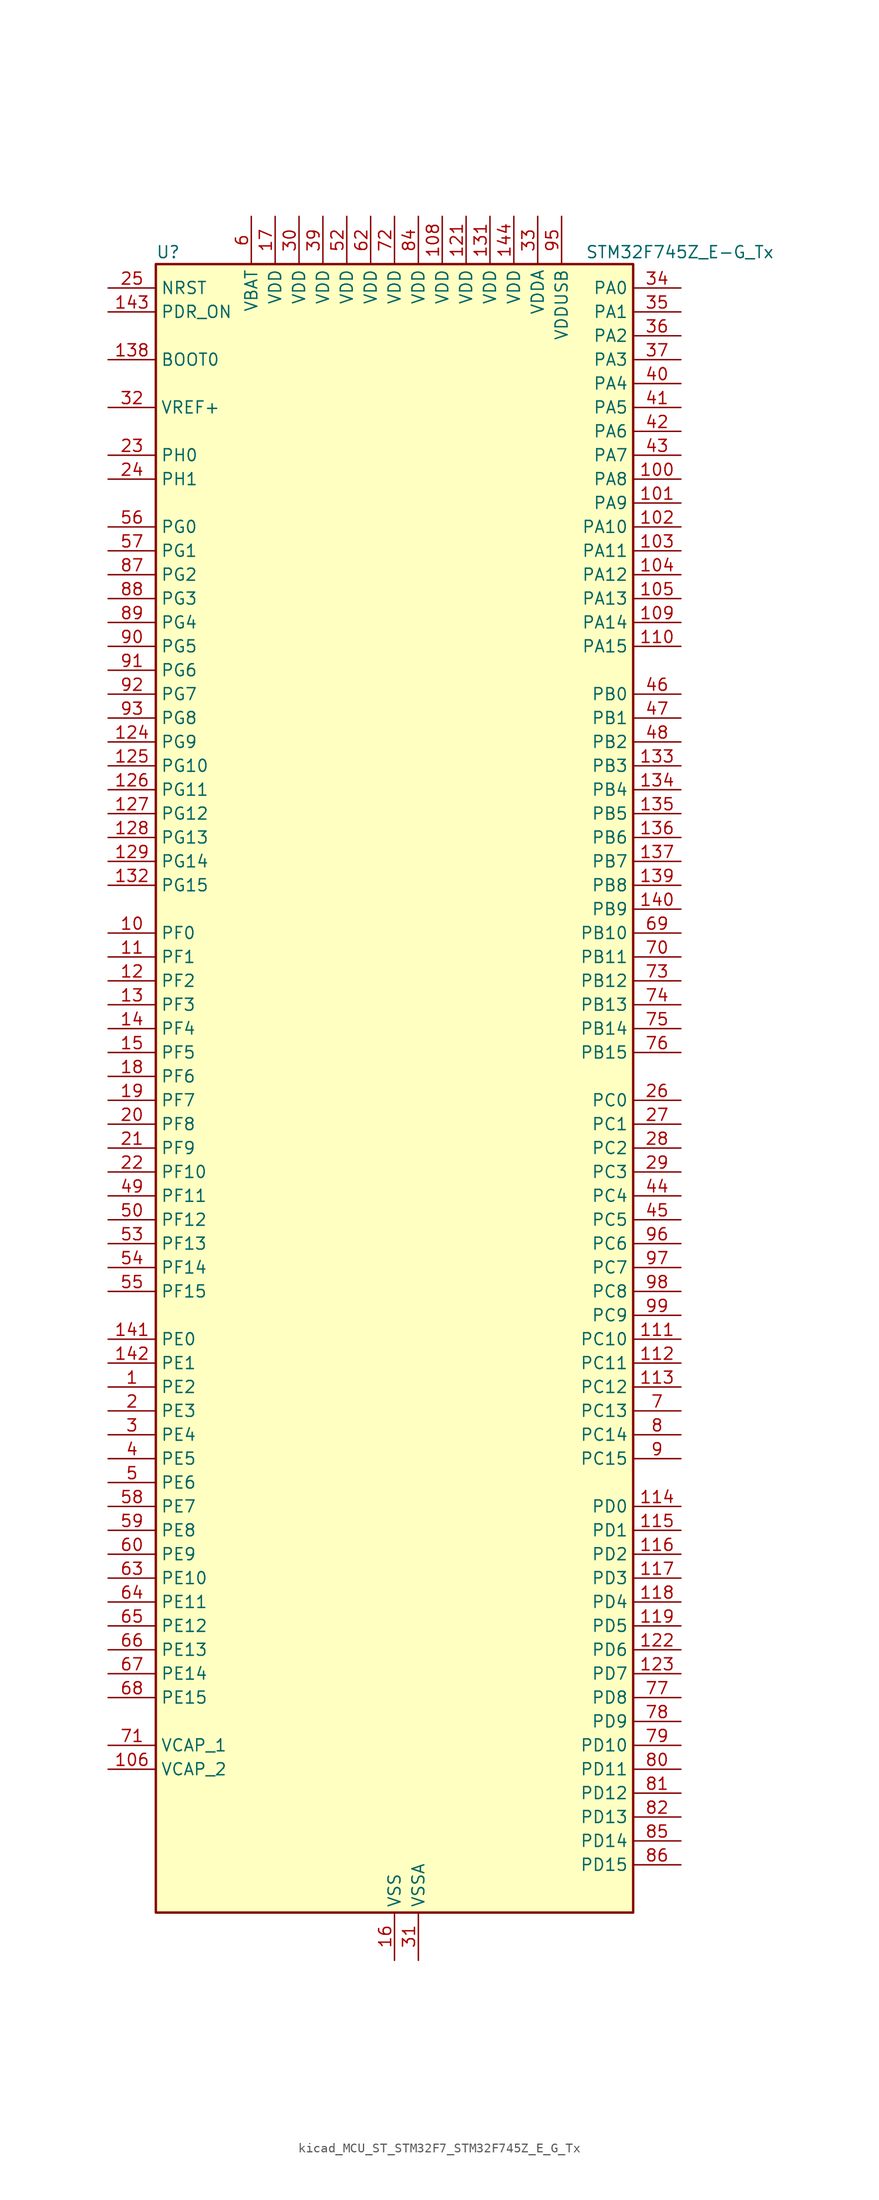
<source format=kicad_sym>
(kicad_symbol_lib
  (version 20220914)
  (generator kicad_symbol_editor)
  (symbol "kicad_MCU_ST_STM32F7_STM32F745Z_E_G_Tx"
    (property "Reference" "U"
      (at -25.4 90.17 0)
      (effects (font (size 1.27 1.27)) (justify left)))
    (property "Value" "STM32F745Z_E-G_Tx"
      (at 20.32 90.17 0)
      (effects (font (size 1.27 1.27)) (justify left)))
    (property "ki_locked" ""
      (at 0 0 0)
      (effects (font (size 1.27 1.27))))
    (symbol "kicad_MCU_ST_STM32F7_STM32F745Z_E_G_Tx_0_1"
      (rectangle (start -25.4 -86.36) (end 25.4 88.9) (stroke (width 0.254) (type default)) (fill (type background))))
    (symbol "kicad_MCU_ST_STM32F7_STM32F745Z_E_G_Tx_1_1"
      (pin bidirectional line (at -30.48 -30.48 0) (length 5.08) (name "PE2" (effects (font (size 1.27 1.27)))) (number "1" (effects (font (size 1.27 1.27)))) (alternate "ETH_TXD3" bidirectional line) (alternate "FMC_A23" bidirectional line) (alternate "QUADSPI_BK1_IO2" bidirectional line) (alternate "SAI1_MCLK_A" bidirectional line) (alternate "SPI4_SCK" bidirectional line) (alternate "SYS_TRACECLK" bidirectional line))
      (pin bidirectional line (at -30.48 17.78 0) (length 5.08) (name "PF0" (effects (font (size 1.27 1.27)))) (number "10" (effects (font (size 1.27 1.27)))) (alternate "FMC_A0" bidirectional line) (alternate "I2C2_SDA" bidirectional line))
      (pin bidirectional line (at 30.48 66.04 180) (length 5.08) (name "PA8" (effects (font (size 1.27 1.27)))) (number "100" (effects (font (size 1.27 1.27)))) (alternate "I2C3_SCL" bidirectional line) (alternate "RCC_MCO_1" bidirectional line) (alternate "TIM1_CH1" bidirectional line) (alternate "TIM8_BKIN2" bidirectional line) (alternate "USART1_CK" bidirectional line) (alternate "USB_OTG_FS_SOF" bidirectional line))
      (pin bidirectional line (at 30.48 63.5 180) (length 5.08) (name "PA9" (effects (font (size 1.27 1.27)))) (number "101" (effects (font (size 1.27 1.27)))) (alternate "DAC_EXTI9" bidirectional line) (alternate "DCMI_D0" bidirectional line) (alternate "I2C3_SMBA" bidirectional line) (alternate "I2S2_CK" bidirectional line) (alternate "SPI2_SCK" bidirectional line) (alternate "TIM1_CH2" bidirectional line) (alternate "USART1_TX" bidirectional line) (alternate "USB_OTG_FS_VBUS" bidirectional line))
      (pin bidirectional line (at 30.48 60.96 180) (length 5.08) (name "PA10" (effects (font (size 1.27 1.27)))) (number "102" (effects (font (size 1.27 1.27)))) (alternate "DCMI_D1" bidirectional line) (alternate "TIM1_CH3" bidirectional line) (alternate "USART1_RX" bidirectional line) (alternate "USB_OTG_FS_ID" bidirectional line))
      (pin bidirectional line (at 30.48 58.42 180) (length 5.08) (name "PA11" (effects (font (size 1.27 1.27)))) (number "103" (effects (font (size 1.27 1.27)))) (alternate "ADC1_EXTI11" bidirectional line) (alternate "ADC2_EXTI11" bidirectional line) (alternate "ADC3_EXTI11" bidirectional line) (alternate "CAN1_RX" bidirectional line) (alternate "TIM1_CH4" bidirectional line) (alternate "USART1_CTS" bidirectional line) (alternate "USB_OTG_FS_DM" bidirectional line))
      (pin bidirectional line (at 30.48 55.88 180) (length 5.08) (name "PA12" (effects (font (size 1.27 1.27)))) (number "104" (effects (font (size 1.27 1.27)))) (alternate "CAN1_TX" bidirectional line) (alternate "SAI2_FS_B" bidirectional line) (alternate "TIM1_ETR" bidirectional line) (alternate "USART1_DE" bidirectional line) (alternate "USART1_RTS" bidirectional line) (alternate "USB_OTG_FS_DP" bidirectional line))
      (pin bidirectional line (at 30.48 53.34 180) (length 5.08) (name "PA13" (effects (font (size 1.27 1.27)))) (number "105" (effects (font (size 1.27 1.27)))) (alternate "SYS_JTMS-SWDIO" bidirectional line))
      (pin power_out line (at -30.48 -71.12 0) (length 5.08) (name "VCAP_2" (effects (font (size 1.27 1.27)))) (number "106" (effects (font (size 1.27 1.27)))))
      (pin passive line (at 0 -91.44 90) (length 5.08) hide (name "VSS" (effects (font (size 1.27 1.27)))) (number "107" (effects (font (size 1.27 1.27)))))
      (pin power_in line (at 5.08 93.98 270) (length 5.08) (name "VDD" (effects (font (size 1.27 1.27)))) (number "108" (effects (font (size 1.27 1.27)))))
      (pin bidirectional line (at 30.48 50.8 180) (length 5.08) (name "PA14" (effects (font (size 1.27 1.27)))) (number "109" (effects (font (size 1.27 1.27)))) (alternate "SYS_JTCK-SWCLK" bidirectional line))
      (pin bidirectional line (at -30.48 15.24 0) (length 5.08) (name "PF1" (effects (font (size 1.27 1.27)))) (number "11" (effects (font (size 1.27 1.27)))) (alternate "FMC_A1" bidirectional line) (alternate "I2C2_SCL" bidirectional line))
      (pin bidirectional line (at 30.48 48.26 180) (length 5.08) (name "PA15" (effects (font (size 1.27 1.27)))) (number "110" (effects (font (size 1.27 1.27)))) (alternate "CEC" bidirectional line) (alternate "I2S1_WS" bidirectional line) (alternate "I2S3_WS" bidirectional line) (alternate "SPI1_NSS" bidirectional line) (alternate "SPI3_NSS" bidirectional line) (alternate "SYS_JTDI" bidirectional line) (alternate "TIM2_CH1" bidirectional line) (alternate "TIM2_ETR" bidirectional line) (alternate "UART4_DE" bidirectional line) (alternate "UART4_RTS" bidirectional line))
      (pin bidirectional line (at 30.48 -25.4 180) (length 5.08) (name "PC10" (effects (font (size 1.27 1.27)))) (number "111" (effects (font (size 1.27 1.27)))) (alternate "DCMI_D8" bidirectional line) (alternate "I2S3_CK" bidirectional line) (alternate "QUADSPI_BK1_IO1" bidirectional line) (alternate "SDMMC1_D2" bidirectional line) (alternate "SPI3_SCK" bidirectional line) (alternate "UART4_TX" bidirectional line) (alternate "USART3_TX" bidirectional line))
      (pin bidirectional line (at 30.48 -27.94 180) (length 5.08) (name "PC11" (effects (font (size 1.27 1.27)))) (number "112" (effects (font (size 1.27 1.27)))) (alternate "ADC1_EXTI11" bidirectional line) (alternate "ADC2_EXTI11" bidirectional line) (alternate "ADC3_EXTI11" bidirectional line) (alternate "DCMI_D4" bidirectional line) (alternate "QUADSPI_BK2_NCS" bidirectional line) (alternate "SDMMC1_D3" bidirectional line) (alternate "SPI3_MISO" bidirectional line) (alternate "UART4_RX" bidirectional line) (alternate "USART3_RX" bidirectional line))
      (pin bidirectional line (at 30.48 -30.48 180) (length 5.08) (name "PC12" (effects (font (size 1.27 1.27)))) (number "113" (effects (font (size 1.27 1.27)))) (alternate "DCMI_D9" bidirectional line) (alternate "I2S3_SD" bidirectional line) (alternate "SDMMC1_CK" bidirectional line) (alternate "SPI3_MOSI" bidirectional line) (alternate "SYS_TRACED3" bidirectional line) (alternate "UART5_TX" bidirectional line) (alternate "USART3_CK" bidirectional line))
      (pin bidirectional line (at 30.48 -43.18 180) (length 5.08) (name "PD0" (effects (font (size 1.27 1.27)))) (number "114" (effects (font (size 1.27 1.27)))) (alternate "CAN1_RX" bidirectional line) (alternate "FMC_D2" bidirectional line) (alternate "FMC_DA2" bidirectional line))
      (pin bidirectional line (at 30.48 -45.72 180) (length 5.08) (name "PD1" (effects (font (size 1.27 1.27)))) (number "115" (effects (font (size 1.27 1.27)))) (alternate "CAN1_TX" bidirectional line) (alternate "FMC_D3" bidirectional line) (alternate "FMC_DA3" bidirectional line))
      (pin bidirectional line (at 30.48 -48.26 180) (length 5.08) (name "PD2" (effects (font (size 1.27 1.27)))) (number "116" (effects (font (size 1.27 1.27)))) (alternate "DCMI_D11" bidirectional line) (alternate "SDMMC1_CMD" bidirectional line) (alternate "SYS_TRACED2" bidirectional line) (alternate "TIM3_ETR" bidirectional line) (alternate "UART5_RX" bidirectional line))
      (pin bidirectional line (at 30.48 -50.8 180) (length 5.08) (name "PD3" (effects (font (size 1.27 1.27)))) (number "117" (effects (font (size 1.27 1.27)))) (alternate "DCMI_D5" bidirectional line) (alternate "FMC_CLK" bidirectional line) (alternate "I2S2_CK" bidirectional line) (alternate "SPI2_SCK" bidirectional line) (alternate "USART2_CTS" bidirectional line))
      (pin bidirectional line (at 30.48 -53.34 180) (length 5.08) (name "PD4" (effects (font (size 1.27 1.27)))) (number "118" (effects (font (size 1.27 1.27)))) (alternate "FMC_NOE" bidirectional line) (alternate "USART2_DE" bidirectional line) (alternate "USART2_RTS" bidirectional line))
      (pin bidirectional line (at 30.48 -55.88 180) (length 5.08) (name "PD5" (effects (font (size 1.27 1.27)))) (number "119" (effects (font (size 1.27 1.27)))) (alternate "FMC_NWE" bidirectional line) (alternate "USART2_TX" bidirectional line))
      (pin bidirectional line (at -30.48 12.7 0) (length 5.08) (name "PF2" (effects (font (size 1.27 1.27)))) (number "12" (effects (font (size 1.27 1.27)))) (alternate "FMC_A2" bidirectional line) (alternate "I2C2_SMBA" bidirectional line))
      (pin passive line (at 0 -91.44 90) (length 5.08) hide (name "VSS" (effects (font (size 1.27 1.27)))) (number "120" (effects (font (size 1.27 1.27)))))
      (pin power_in line (at 7.62 93.98 270) (length 5.08) (name "VDD" (effects (font (size 1.27 1.27)))) (number "121" (effects (font (size 1.27 1.27)))))
      (pin bidirectional line (at 30.48 -58.42 180) (length 5.08) (name "PD6" (effects (font (size 1.27 1.27)))) (number "122" (effects (font (size 1.27 1.27)))) (alternate "DCMI_D10" bidirectional line) (alternate "FMC_NWAIT" bidirectional line) (alternate "I2S3_SD" bidirectional line) (alternate "SAI1_SD_A" bidirectional line) (alternate "SPI3_MOSI" bidirectional line) (alternate "USART2_RX" bidirectional line))
      (pin bidirectional line (at 30.48 -60.96 180) (length 5.08) (name "PD7" (effects (font (size 1.27 1.27)))) (number "123" (effects (font (size 1.27 1.27)))) (alternate "FMC_NE1" bidirectional line) (alternate "SPDIFRX_IN0" bidirectional line) (alternate "USART2_CK" bidirectional line))
      (pin bidirectional line (at -30.48 38.1 0) (length 5.08) (name "PG9" (effects (font (size 1.27 1.27)))) (number "124" (effects (font (size 1.27 1.27)))) (alternate "DAC_EXTI9" bidirectional line) (alternate "DCMI_VSYNC" bidirectional line) (alternate "FMC_NCE" bidirectional line) (alternate "FMC_NE2" bidirectional line) (alternate "QUADSPI_BK2_IO2" bidirectional line) (alternate "SAI2_FS_B" bidirectional line) (alternate "SPDIFRX_IN3" bidirectional line) (alternate "USART6_RX" bidirectional line))
      (pin bidirectional line (at -30.48 35.56 0) (length 5.08) (name "PG10" (effects (font (size 1.27 1.27)))) (number "125" (effects (font (size 1.27 1.27)))) (alternate "DCMI_D2" bidirectional line) (alternate "FMC_NE3" bidirectional line) (alternate "SAI2_SD_B" bidirectional line))
      (pin bidirectional line (at -30.48 33.02 0) (length 5.08) (name "PG11" (effects (font (size 1.27 1.27)))) (number "126" (effects (font (size 1.27 1.27)))) (alternate "ADC1_EXTI11" bidirectional line) (alternate "ADC2_EXTI11" bidirectional line) (alternate "ADC3_EXTI11" bidirectional line) (alternate "DCMI_D3" bidirectional line) (alternate "ETH_TX_EN" bidirectional line) (alternate "SPDIFRX_IN0" bidirectional line))
      (pin bidirectional line (at -30.48 30.48 0) (length 5.08) (name "PG12" (effects (font (size 1.27 1.27)))) (number "127" (effects (font (size 1.27 1.27)))) (alternate "FMC_NE4" bidirectional line) (alternate "LPTIM1_IN1" bidirectional line) (alternate "SPDIFRX_IN1" bidirectional line) (alternate "SPI6_MISO" bidirectional line) (alternate "USART6_DE" bidirectional line) (alternate "USART6_RTS" bidirectional line))
      (pin bidirectional line (at -30.48 27.94 0) (length 5.08) (name "PG13" (effects (font (size 1.27 1.27)))) (number "128" (effects (font (size 1.27 1.27)))) (alternate "ETH_TXD0" bidirectional line) (alternate "FMC_A24" bidirectional line) (alternate "LPTIM1_OUT" bidirectional line) (alternate "SPI6_SCK" bidirectional line) (alternate "SYS_TRACED0" bidirectional line) (alternate "USART6_CTS" bidirectional line))
      (pin bidirectional line (at -30.48 25.4 0) (length 5.08) (name "PG14" (effects (font (size 1.27 1.27)))) (number "129" (effects (font (size 1.27 1.27)))) (alternate "ETH_TXD1" bidirectional line) (alternate "FMC_A25" bidirectional line) (alternate "LPTIM1_ETR" bidirectional line) (alternate "QUADSPI_BK2_IO3" bidirectional line) (alternate "SPI6_MOSI" bidirectional line) (alternate "SYS_TRACED1" bidirectional line) (alternate "USART6_TX" bidirectional line))
      (pin bidirectional line (at -30.48 10.16 0) (length 5.08) (name "PF3" (effects (font (size 1.27 1.27)))) (number "13" (effects (font (size 1.27 1.27)))) (alternate "ADC3_IN9" bidirectional line) (alternate "FMC_A3" bidirectional line))
      (pin passive line (at 0 -91.44 90) (length 5.08) hide (name "VSS" (effects (font (size 1.27 1.27)))) (number "130" (effects (font (size 1.27 1.27)))))
      (pin power_in line (at 10.16 93.98 270) (length 5.08) (name "VDD" (effects (font (size 1.27 1.27)))) (number "131" (effects (font (size 1.27 1.27)))))
      (pin bidirectional line (at -30.48 22.86 0) (length 5.08) (name "PG15" (effects (font (size 1.27 1.27)))) (number "132" (effects (font (size 1.27 1.27)))) (alternate "DCMI_D13" bidirectional line) (alternate "FMC_SDNCAS" bidirectional line) (alternate "USART6_CTS" bidirectional line))
      (pin bidirectional line (at 30.48 35.56 180) (length 5.08) (name "PB3" (effects (font (size 1.27 1.27)))) (number "133" (effects (font (size 1.27 1.27)))) (alternate "I2S1_CK" bidirectional line) (alternate "I2S3_CK" bidirectional line) (alternate "SPI1_SCK" bidirectional line) (alternate "SPI3_SCK" bidirectional line) (alternate "SYS_JTDO-SWO" bidirectional line) (alternate "TIM2_CH2" bidirectional line))
      (pin bidirectional line (at 30.48 33.02 180) (length 5.08) (name "PB4" (effects (font (size 1.27 1.27)))) (number "134" (effects (font (size 1.27 1.27)))) (alternate "I2S2_WS" bidirectional line) (alternate "SPI1_MISO" bidirectional line) (alternate "SPI2_NSS" bidirectional line) (alternate "SPI3_MISO" bidirectional line) (alternate "SYS_JTRST" bidirectional line) (alternate "TIM3_CH1" bidirectional line))
      (pin bidirectional line (at 30.48 30.48 180) (length 5.08) (name "PB5" (effects (font (size 1.27 1.27)))) (number "135" (effects (font (size 1.27 1.27)))) (alternate "CAN2_RX" bidirectional line) (alternate "DCMI_D10" bidirectional line) (alternate "ETH_PPS_OUT" bidirectional line) (alternate "FMC_SDCKE1" bidirectional line) (alternate "I2C1_SMBA" bidirectional line) (alternate "I2S1_SD" bidirectional line) (alternate "I2S3_SD" bidirectional line) (alternate "SPI1_MOSI" bidirectional line) (alternate "SPI3_MOSI" bidirectional line) (alternate "TIM3_CH2" bidirectional line) (alternate "USB_OTG_HS_ULPI_D7" bidirectional line))
      (pin bidirectional line (at 30.48 27.94 180) (length 5.08) (name "PB6" (effects (font (size 1.27 1.27)))) (number "136" (effects (font (size 1.27 1.27)))) (alternate "CAN2_TX" bidirectional line) (alternate "CEC" bidirectional line) (alternate "DCMI_D5" bidirectional line) (alternate "FMC_SDNE1" bidirectional line) (alternate "I2C1_SCL" bidirectional line) (alternate "QUADSPI_BK1_NCS" bidirectional line) (alternate "TIM4_CH1" bidirectional line) (alternate "USART1_TX" bidirectional line))
      (pin bidirectional line (at 30.48 25.4 180) (length 5.08) (name "PB7" (effects (font (size 1.27 1.27)))) (number "137" (effects (font (size 1.27 1.27)))) (alternate "DCMI_VSYNC" bidirectional line) (alternate "FMC_NL" bidirectional line) (alternate "I2C1_SDA" bidirectional line) (alternate "TIM4_CH2" bidirectional line) (alternate "USART1_RX" bidirectional line))
      (pin input line (at -30.48 78.74 0) (length 5.08) (name "BOOT0" (effects (font (size 1.27 1.27)))) (number "138" (effects (font (size 1.27 1.27)))))
      (pin bidirectional line (at 30.48 22.86 180) (length 5.08) (name "PB8" (effects (font (size 1.27 1.27)))) (number "139" (effects (font (size 1.27 1.27)))) (alternate "CAN1_RX" bidirectional line) (alternate "DCMI_D6" bidirectional line) (alternate "ETH_TXD3" bidirectional line) (alternate "I2C1_SCL" bidirectional line) (alternate "SDMMC1_D4" bidirectional line) (alternate "TIM10_CH1" bidirectional line) (alternate "TIM4_CH3" bidirectional line))
      (pin bidirectional line (at -30.48 7.62 0) (length 5.08) (name "PF4" (effects (font (size 1.27 1.27)))) (number "14" (effects (font (size 1.27 1.27)))) (alternate "ADC3_IN14" bidirectional line) (alternate "FMC_A4" bidirectional line))
      (pin bidirectional line (at 30.48 20.32 180) (length 5.08) (name "PB9" (effects (font (size 1.27 1.27)))) (number "140" (effects (font (size 1.27 1.27)))) (alternate "CAN1_TX" bidirectional line) (alternate "DAC_EXTI9" bidirectional line) (alternate "DCMI_D7" bidirectional line) (alternate "I2C1_SDA" bidirectional line) (alternate "I2S2_WS" bidirectional line) (alternate "SDMMC1_D5" bidirectional line) (alternate "SPI2_NSS" bidirectional line) (alternate "TIM11_CH1" bidirectional line) (alternate "TIM4_CH4" bidirectional line))
      (pin bidirectional line (at -30.48 -25.4 0) (length 5.08) (name "PE0" (effects (font (size 1.27 1.27)))) (number "141" (effects (font (size 1.27 1.27)))) (alternate "DCMI_D2" bidirectional line) (alternate "FMC_NBL0" bidirectional line) (alternate "LPTIM1_ETR" bidirectional line) (alternate "SAI2_MCLK_A" bidirectional line) (alternate "TIM4_ETR" bidirectional line) (alternate "UART8_RX" bidirectional line))
      (pin bidirectional line (at -30.48 -27.94 0) (length 5.08) (name "PE1" (effects (font (size 1.27 1.27)))) (number "142" (effects (font (size 1.27 1.27)))) (alternate "DCMI_D3" bidirectional line) (alternate "FMC_NBL1" bidirectional line) (alternate "LPTIM1_IN2" bidirectional line) (alternate "UART8_TX" bidirectional line))
      (pin input line (at -30.48 83.82 0) (length 5.08) (name "PDR_ON" (effects (font (size 1.27 1.27)))) (number "143" (effects (font (size 1.27 1.27)))))
      (pin power_in line (at 12.7 93.98 270) (length 5.08) (name "VDD" (effects (font (size 1.27 1.27)))) (number "144" (effects (font (size 1.27 1.27)))))
      (pin bidirectional line (at -30.48 5.08 0) (length 5.08) (name "PF5" (effects (font (size 1.27 1.27)))) (number "15" (effects (font (size 1.27 1.27)))) (alternate "ADC3_IN15" bidirectional line) (alternate "FMC_A5" bidirectional line))
      (pin power_in line (at 0 -91.44 90) (length 5.08) (name "VSS" (effects (font (size 1.27 1.27)))) (number "16" (effects (font (size 1.27 1.27)))))
      (pin power_in line (at -12.7 93.98 270) (length 5.08) (name "VDD" (effects (font (size 1.27 1.27)))) (number "17" (effects (font (size 1.27 1.27)))))
      (pin bidirectional line (at -30.48 2.54 0) (length 5.08) (name "PF6" (effects (font (size 1.27 1.27)))) (number "18" (effects (font (size 1.27 1.27)))) (alternate "ADC3_IN4" bidirectional line) (alternate "QUADSPI_BK1_IO3" bidirectional line) (alternate "SAI1_SD_B" bidirectional line) (alternate "SPI5_NSS" bidirectional line) (alternate "TIM10_CH1" bidirectional line) (alternate "UART7_RX" bidirectional line))
      (pin bidirectional line (at -30.48 0 0) (length 5.08) (name "PF7" (effects (font (size 1.27 1.27)))) (number "19" (effects (font (size 1.27 1.27)))) (alternate "ADC3_IN5" bidirectional line) (alternate "QUADSPI_BK1_IO2" bidirectional line) (alternate "SAI1_MCLK_B" bidirectional line) (alternate "SPI5_SCK" bidirectional line) (alternate "TIM11_CH1" bidirectional line) (alternate "UART7_TX" bidirectional line))
      (pin bidirectional line (at -30.48 -33.02 0) (length 5.08) (name "PE3" (effects (font (size 1.27 1.27)))) (number "2" (effects (font (size 1.27 1.27)))) (alternate "FMC_A19" bidirectional line) (alternate "SAI1_SD_B" bidirectional line) (alternate "SYS_TRACED0" bidirectional line))
      (pin bidirectional line (at -30.48 -2.54 0) (length 5.08) (name "PF8" (effects (font (size 1.27 1.27)))) (number "20" (effects (font (size 1.27 1.27)))) (alternate "ADC3_IN6" bidirectional line) (alternate "QUADSPI_BK1_IO0" bidirectional line) (alternate "SAI1_SCK_B" bidirectional line) (alternate "SPI5_MISO" bidirectional line) (alternate "TIM13_CH1" bidirectional line) (alternate "UART7_DE" bidirectional line) (alternate "UART7_RTS" bidirectional line))
      (pin bidirectional line (at -30.48 -5.08 0) (length 5.08) (name "PF9" (effects (font (size 1.27 1.27)))) (number "21" (effects (font (size 1.27 1.27)))) (alternate "ADC3_IN7" bidirectional line) (alternate "DAC_EXTI9" bidirectional line) (alternate "QUADSPI_BK1_IO1" bidirectional line) (alternate "SAI1_FS_B" bidirectional line) (alternate "SPI5_MOSI" bidirectional line) (alternate "TIM14_CH1" bidirectional line) (alternate "UART7_CTS" bidirectional line))
      (pin bidirectional line (at -30.48 -7.62 0) (length 5.08) (name "PF10" (effects (font (size 1.27 1.27)))) (number "22" (effects (font (size 1.27 1.27)))) (alternate "ADC3_IN8" bidirectional line) (alternate "DCMI_D11" bidirectional line))
      (pin bidirectional line (at -30.48 68.58 0) (length 5.08) (name "PH0" (effects (font (size 1.27 1.27)))) (number "23" (effects (font (size 1.27 1.27)))) (alternate "RCC_OSC_IN" bidirectional line))
      (pin bidirectional line (at -30.48 66.04 0) (length 5.08) (name "PH1" (effects (font (size 1.27 1.27)))) (number "24" (effects (font (size 1.27 1.27)))) (alternate "RCC_OSC_OUT" bidirectional line))
      (pin input line (at -30.48 86.36 0) (length 5.08) (name "NRST" (effects (font (size 1.27 1.27)))) (number "25" (effects (font (size 1.27 1.27)))))
      (pin bidirectional line (at 30.48 0 180) (length 5.08) (name "PC0" (effects (font (size 1.27 1.27)))) (number "26" (effects (font (size 1.27 1.27)))) (alternate "ADC1_IN10" bidirectional line) (alternate "ADC2_IN10" bidirectional line) (alternate "ADC3_IN10" bidirectional line) (alternate "FMC_SDNWE" bidirectional line) (alternate "SAI2_FS_B" bidirectional line) (alternate "USB_OTG_HS_ULPI_STP" bidirectional line))
      (pin bidirectional line (at 30.48 -2.54 180) (length 5.08) (name "PC1" (effects (font (size 1.27 1.27)))) (number "27" (effects (font (size 1.27 1.27)))) (alternate "ADC1_IN11" bidirectional line) (alternate "ADC2_IN11" bidirectional line) (alternate "ADC3_IN11" bidirectional line) (alternate "ETH_MDC" bidirectional line) (alternate "I2S2_SD" bidirectional line) (alternate "RTC_TAMP3" bidirectional line) (alternate "RTC_TS" bidirectional line) (alternate "SAI1_SD_A" bidirectional line) (alternate "SPI2_MOSI" bidirectional line) (alternate "SYS_TRACED0" bidirectional line) (alternate "SYS_WKUP3" bidirectional line))
      (pin bidirectional line (at 30.48 -5.08 180) (length 5.08) (name "PC2" (effects (font (size 1.27 1.27)))) (number "28" (effects (font (size 1.27 1.27)))) (alternate "ADC1_IN12" bidirectional line) (alternate "ADC2_IN12" bidirectional line) (alternate "ADC3_IN12" bidirectional line) (alternate "ETH_TXD2" bidirectional line) (alternate "FMC_SDNE0" bidirectional line) (alternate "SPI2_MISO" bidirectional line) (alternate "USB_OTG_HS_ULPI_DIR" bidirectional line))
      (pin bidirectional line (at 30.48 -7.62 180) (length 5.08) (name "PC3" (effects (font (size 1.27 1.27)))) (number "29" (effects (font (size 1.27 1.27)))) (alternate "ADC1_IN13" bidirectional line) (alternate "ADC2_IN13" bidirectional line) (alternate "ADC3_IN13" bidirectional line) (alternate "ETH_TX_CLK" bidirectional line) (alternate "FMC_SDCKE0" bidirectional line) (alternate "I2S2_SD" bidirectional line) (alternate "SPI2_MOSI" bidirectional line) (alternate "USB_OTG_HS_ULPI_NXT" bidirectional line))
      (pin bidirectional line (at -30.48 -35.56 0) (length 5.08) (name "PE4" (effects (font (size 1.27 1.27)))) (number "3" (effects (font (size 1.27 1.27)))) (alternate "DCMI_D4" bidirectional line) (alternate "FMC_A20" bidirectional line) (alternate "SAI1_FS_A" bidirectional line) (alternate "SPI4_NSS" bidirectional line) (alternate "SYS_TRACED1" bidirectional line))
      (pin power_in line (at -10.16 93.98 270) (length 5.08) (name "VDD" (effects (font (size 1.27 1.27)))) (number "30" (effects (font (size 1.27 1.27)))))
      (pin power_in line (at 2.54 -91.44 90) (length 5.08) (name "VSSA" (effects (font (size 1.27 1.27)))) (number "31" (effects (font (size 1.27 1.27)))))
      (pin input line (at -30.48 73.66 0) (length 5.08) (name "VREF+" (effects (font (size 1.27 1.27)))) (number "32" (effects (font (size 1.27 1.27)))))
      (pin power_in line (at 15.24 93.98 270) (length 5.08) (name "VDDA" (effects (font (size 1.27 1.27)))) (number "33" (effects (font (size 1.27 1.27)))))
      (pin bidirectional line (at 30.48 86.36 180) (length 5.08) (name "PA0" (effects (font (size 1.27 1.27)))) (number "34" (effects (font (size 1.27 1.27)))) (alternate "ADC1_IN0" bidirectional line) (alternate "ADC2_IN0" bidirectional line) (alternate "ADC3_IN0" bidirectional line) (alternate "ETH_CRS" bidirectional line) (alternate "SAI2_SD_B" bidirectional line) (alternate "SYS_WKUP1" bidirectional line) (alternate "TIM2_CH1" bidirectional line) (alternate "TIM2_ETR" bidirectional line) (alternate "TIM5_CH1" bidirectional line) (alternate "TIM8_ETR" bidirectional line) (alternate "UART4_TX" bidirectional line) (alternate "USART2_CTS" bidirectional line))
      (pin bidirectional line (at 30.48 83.82 180) (length 5.08) (name "PA1" (effects (font (size 1.27 1.27)))) (number "35" (effects (font (size 1.27 1.27)))) (alternate "ADC1_IN1" bidirectional line) (alternate "ADC2_IN1" bidirectional line) (alternate "ADC3_IN1" bidirectional line) (alternate "ETH_REF_CLK" bidirectional line) (alternate "ETH_RX_CLK" bidirectional line) (alternate "QUADSPI_BK1_IO3" bidirectional line) (alternate "SAI2_MCLK_B" bidirectional line) (alternate "TIM2_CH2" bidirectional line) (alternate "TIM5_CH2" bidirectional line) (alternate "UART4_RX" bidirectional line) (alternate "USART2_DE" bidirectional line) (alternate "USART2_RTS" bidirectional line))
      (pin bidirectional line (at 30.48 81.28 180) (length 5.08) (name "PA2" (effects (font (size 1.27 1.27)))) (number "36" (effects (font (size 1.27 1.27)))) (alternate "ADC1_IN2" bidirectional line) (alternate "ADC2_IN2" bidirectional line) (alternate "ADC3_IN2" bidirectional line) (alternate "ETH_MDIO" bidirectional line) (alternate "SAI2_SCK_B" bidirectional line) (alternate "SYS_WKUP2" bidirectional line) (alternate "TIM2_CH3" bidirectional line) (alternate "TIM5_CH3" bidirectional line) (alternate "TIM9_CH1" bidirectional line) (alternate "USART2_TX" bidirectional line))
      (pin bidirectional line (at 30.48 78.74 180) (length 5.08) (name "PA3" (effects (font (size 1.27 1.27)))) (number "37" (effects (font (size 1.27 1.27)))) (alternate "ADC1_IN3" bidirectional line) (alternate "ADC2_IN3" bidirectional line) (alternate "ADC3_IN3" bidirectional line) (alternate "ETH_COL" bidirectional line) (alternate "TIM2_CH4" bidirectional line) (alternate "TIM5_CH4" bidirectional line) (alternate "TIM9_CH2" bidirectional line) (alternate "USART2_RX" bidirectional line) (alternate "USB_OTG_HS_ULPI_D0" bidirectional line))
      (pin passive line (at 0 -91.44 90) (length 5.08) hide (name "VSS" (effects (font (size 1.27 1.27)))) (number "38" (effects (font (size 1.27 1.27)))))
      (pin power_in line (at -7.62 93.98 270) (length 5.08) (name "VDD" (effects (font (size 1.27 1.27)))) (number "39" (effects (font (size 1.27 1.27)))))
      (pin bidirectional line (at -30.48 -38.1 0) (length 5.08) (name "PE5" (effects (font (size 1.27 1.27)))) (number "4" (effects (font (size 1.27 1.27)))) (alternate "DCMI_D6" bidirectional line) (alternate "FMC_A21" bidirectional line) (alternate "SAI1_SCK_A" bidirectional line) (alternate "SPI4_MISO" bidirectional line) (alternate "SYS_TRACED2" bidirectional line) (alternate "TIM9_CH1" bidirectional line))
      (pin bidirectional line (at 30.48 76.2 180) (length 5.08) (name "PA4" (effects (font (size 1.27 1.27)))) (number "40" (effects (font (size 1.27 1.27)))) (alternate "ADC1_IN4" bidirectional line) (alternate "ADC2_IN4" bidirectional line) (alternate "DAC_OUT1" bidirectional line) (alternate "DCMI_HSYNC" bidirectional line) (alternate "I2S1_WS" bidirectional line) (alternate "I2S3_WS" bidirectional line) (alternate "SPI1_NSS" bidirectional line) (alternate "SPI3_NSS" bidirectional line) (alternate "USART2_CK" bidirectional line) (alternate "USB_OTG_HS_SOF" bidirectional line))
      (pin bidirectional line (at 30.48 73.66 180) (length 5.08) (name "PA5" (effects (font (size 1.27 1.27)))) (number "41" (effects (font (size 1.27 1.27)))) (alternate "ADC1_IN5" bidirectional line) (alternate "ADC2_IN5" bidirectional line) (alternate "DAC_OUT2" bidirectional line) (alternate "I2S1_CK" bidirectional line) (alternate "SPI1_SCK" bidirectional line) (alternate "TIM2_CH1" bidirectional line) (alternate "TIM2_ETR" bidirectional line) (alternate "TIM8_CH1N" bidirectional line) (alternate "USB_OTG_HS_ULPI_CK" bidirectional line))
      (pin bidirectional line (at 30.48 71.12 180) (length 5.08) (name "PA6" (effects (font (size 1.27 1.27)))) (number "42" (effects (font (size 1.27 1.27)))) (alternate "ADC1_IN6" bidirectional line) (alternate "ADC2_IN6" bidirectional line) (alternate "DCMI_PIXCLK" bidirectional line) (alternate "SPI1_MISO" bidirectional line) (alternate "TIM13_CH1" bidirectional line) (alternate "TIM1_BKIN" bidirectional line) (alternate "TIM3_CH1" bidirectional line) (alternate "TIM8_BKIN" bidirectional line))
      (pin bidirectional line (at 30.48 68.58 180) (length 5.08) (name "PA7" (effects (font (size 1.27 1.27)))) (number "43" (effects (font (size 1.27 1.27)))) (alternate "ADC1_IN7" bidirectional line) (alternate "ADC2_IN7" bidirectional line) (alternate "ETH_CRS_DV" bidirectional line) (alternate "ETH_RX_DV" bidirectional line) (alternate "FMC_SDNWE" bidirectional line) (alternate "I2S1_SD" bidirectional line) (alternate "SPI1_MOSI" bidirectional line) (alternate "TIM14_CH1" bidirectional line) (alternate "TIM1_CH1N" bidirectional line) (alternate "TIM3_CH2" bidirectional line) (alternate "TIM8_CH1N" bidirectional line))
      (pin bidirectional line (at 30.48 -10.16 180) (length 5.08) (name "PC4" (effects (font (size 1.27 1.27)))) (number "44" (effects (font (size 1.27 1.27)))) (alternate "ADC1_IN14" bidirectional line) (alternate "ADC2_IN14" bidirectional line) (alternate "ETH_RXD0" bidirectional line) (alternate "FMC_SDNE0" bidirectional line) (alternate "I2S1_MCK" bidirectional line) (alternate "SPDIFRX_IN2" bidirectional line))
      (pin bidirectional line (at 30.48 -12.7 180) (length 5.08) (name "PC5" (effects (font (size 1.27 1.27)))) (number "45" (effects (font (size 1.27 1.27)))) (alternate "ADC1_IN15" bidirectional line) (alternate "ADC2_IN15" bidirectional line) (alternate "ETH_RXD1" bidirectional line) (alternate "FMC_SDCKE0" bidirectional line) (alternate "SPDIFRX_IN3" bidirectional line))
      (pin bidirectional line (at 30.48 43.18 180) (length 5.08) (name "PB0" (effects (font (size 1.27 1.27)))) (number "46" (effects (font (size 1.27 1.27)))) (alternate "ADC1_IN8" bidirectional line) (alternate "ADC2_IN8" bidirectional line) (alternate "ETH_RXD2" bidirectional line) (alternate "TIM1_CH2N" bidirectional line) (alternate "TIM3_CH3" bidirectional line) (alternate "TIM8_CH2N" bidirectional line) (alternate "UART4_CTS" bidirectional line) (alternate "USB_OTG_HS_ULPI_D1" bidirectional line))
      (pin bidirectional line (at 30.48 40.64 180) (length 5.08) (name "PB1" (effects (font (size 1.27 1.27)))) (number "47" (effects (font (size 1.27 1.27)))) (alternate "ADC1_IN9" bidirectional line) (alternate "ADC2_IN9" bidirectional line) (alternate "ETH_RXD3" bidirectional line) (alternate "TIM1_CH3N" bidirectional line) (alternate "TIM3_CH4" bidirectional line) (alternate "TIM8_CH3N" bidirectional line) (alternate "USB_OTG_HS_ULPI_D2" bidirectional line))
      (pin bidirectional line (at 30.48 38.1 180) (length 5.08) (name "PB2" (effects (font (size 1.27 1.27)))) (number "48" (effects (font (size 1.27 1.27)))) (alternate "I2S3_SD" bidirectional line) (alternate "QUADSPI_CLK" bidirectional line) (alternate "SAI1_SD_A" bidirectional line) (alternate "SPI3_MOSI" bidirectional line))
      (pin bidirectional line (at -30.48 -10.16 0) (length 5.08) (name "PF11" (effects (font (size 1.27 1.27)))) (number "49" (effects (font (size 1.27 1.27)))) (alternate "ADC1_EXTI11" bidirectional line) (alternate "ADC2_EXTI11" bidirectional line) (alternate "ADC3_EXTI11" bidirectional line) (alternate "DCMI_D12" bidirectional line) (alternate "FMC_SDNRAS" bidirectional line) (alternate "SAI2_SD_B" bidirectional line) (alternate "SPI5_MOSI" bidirectional line))
      (pin bidirectional line (at -30.48 -40.64 0) (length 5.08) (name "PE6" (effects (font (size 1.27 1.27)))) (number "5" (effects (font (size 1.27 1.27)))) (alternate "DCMI_D7" bidirectional line) (alternate "FMC_A22" bidirectional line) (alternate "SAI1_SD_A" bidirectional line) (alternate "SAI2_MCLK_B" bidirectional line) (alternate "SPI4_MOSI" bidirectional line) (alternate "SYS_TRACED3" bidirectional line) (alternate "TIM1_BKIN2" bidirectional line) (alternate "TIM9_CH2" bidirectional line))
      (pin bidirectional line (at -30.48 -12.7 0) (length 5.08) (name "PF12" (effects (font (size 1.27 1.27)))) (number "50" (effects (font (size 1.27 1.27)))) (alternate "FMC_A6" bidirectional line))
      (pin passive line (at 0 -91.44 90) (length 5.08) hide (name "VSS" (effects (font (size 1.27 1.27)))) (number "51" (effects (font (size 1.27 1.27)))))
      (pin power_in line (at -5.08 93.98 270) (length 5.08) (name "VDD" (effects (font (size 1.27 1.27)))) (number "52" (effects (font (size 1.27 1.27)))))
      (pin bidirectional line (at -30.48 -15.24 0) (length 5.08) (name "PF13" (effects (font (size 1.27 1.27)))) (number "53" (effects (font (size 1.27 1.27)))) (alternate "FMC_A7" bidirectional line) (alternate "I2C4_SMBA" bidirectional line))
      (pin bidirectional line (at -30.48 -17.78 0) (length 5.08) (name "PF14" (effects (font (size 1.27 1.27)))) (number "54" (effects (font (size 1.27 1.27)))) (alternate "FMC_A8" bidirectional line) (alternate "I2C4_SCL" bidirectional line))
      (pin bidirectional line (at -30.48 -20.32 0) (length 5.08) (name "PF15" (effects (font (size 1.27 1.27)))) (number "55" (effects (font (size 1.27 1.27)))) (alternate "FMC_A9" bidirectional line) (alternate "I2C4_SDA" bidirectional line))
      (pin bidirectional line (at -30.48 60.96 0) (length 5.08) (name "PG0" (effects (font (size 1.27 1.27)))) (number "56" (effects (font (size 1.27 1.27)))) (alternate "FMC_A10" bidirectional line))
      (pin bidirectional line (at -30.48 58.42 0) (length 5.08) (name "PG1" (effects (font (size 1.27 1.27)))) (number "57" (effects (font (size 1.27 1.27)))) (alternate "FMC_A11" bidirectional line))
      (pin bidirectional line (at -30.48 -43.18 0) (length 5.08) (name "PE7" (effects (font (size 1.27 1.27)))) (number "58" (effects (font (size 1.27 1.27)))) (alternate "FMC_D4" bidirectional line) (alternate "FMC_DA4" bidirectional line) (alternate "QUADSPI_BK2_IO0" bidirectional line) (alternate "TIM1_ETR" bidirectional line) (alternate "UART7_RX" bidirectional line))
      (pin bidirectional line (at -30.48 -45.72 0) (length 5.08) (name "PE8" (effects (font (size 1.27 1.27)))) (number "59" (effects (font (size 1.27 1.27)))) (alternate "FMC_D5" bidirectional line) (alternate "FMC_DA5" bidirectional line) (alternate "QUADSPI_BK2_IO1" bidirectional line) (alternate "TIM1_CH1N" bidirectional line) (alternate "UART7_TX" bidirectional line))
      (pin power_in line (at -15.24 93.98 270) (length 5.08) (name "VBAT" (effects (font (size 1.27 1.27)))) (number "6" (effects (font (size 1.27 1.27)))))
      (pin bidirectional line (at -30.48 -48.26 0) (length 5.08) (name "PE9" (effects (font (size 1.27 1.27)))) (number "60" (effects (font (size 1.27 1.27)))) (alternate "DAC_EXTI9" bidirectional line) (alternate "FMC_D6" bidirectional line) (alternate "FMC_DA6" bidirectional line) (alternate "QUADSPI_BK2_IO2" bidirectional line) (alternate "TIM1_CH1" bidirectional line) (alternate "UART7_DE" bidirectional line) (alternate "UART7_RTS" bidirectional line))
      (pin passive line (at 0 -91.44 90) (length 5.08) hide (name "VSS" (effects (font (size 1.27 1.27)))) (number "61" (effects (font (size 1.27 1.27)))))
      (pin power_in line (at -2.54 93.98 270) (length 5.08) (name "VDD" (effects (font (size 1.27 1.27)))) (number "62" (effects (font (size 1.27 1.27)))))
      (pin bidirectional line (at -30.48 -50.8 0) (length 5.08) (name "PE10" (effects (font (size 1.27 1.27)))) (number "63" (effects (font (size 1.27 1.27)))) (alternate "FMC_D7" bidirectional line) (alternate "FMC_DA7" bidirectional line) (alternate "QUADSPI_BK2_IO3" bidirectional line) (alternate "TIM1_CH2N" bidirectional line) (alternate "UART7_CTS" bidirectional line))
      (pin bidirectional line (at -30.48 -53.34 0) (length 5.08) (name "PE11" (effects (font (size 1.27 1.27)))) (number "64" (effects (font (size 1.27 1.27)))) (alternate "ADC1_EXTI11" bidirectional line) (alternate "ADC2_EXTI11" bidirectional line) (alternate "ADC3_EXTI11" bidirectional line) (alternate "FMC_D8" bidirectional line) (alternate "FMC_DA8" bidirectional line) (alternate "SAI2_SD_B" bidirectional line) (alternate "SPI4_NSS" bidirectional line) (alternate "TIM1_CH2" bidirectional line))
      (pin bidirectional line (at -30.48 -55.88 0) (length 5.08) (name "PE12" (effects (font (size 1.27 1.27)))) (number "65" (effects (font (size 1.27 1.27)))) (alternate "FMC_D9" bidirectional line) (alternate "FMC_DA9" bidirectional line) (alternate "SAI2_SCK_B" bidirectional line) (alternate "SPI4_SCK" bidirectional line) (alternate "TIM1_CH3N" bidirectional line))
      (pin bidirectional line (at -30.48 -58.42 0) (length 5.08) (name "PE13" (effects (font (size 1.27 1.27)))) (number "66" (effects (font (size 1.27 1.27)))) (alternate "FMC_D10" bidirectional line) (alternate "FMC_DA10" bidirectional line) (alternate "SAI2_FS_B" bidirectional line) (alternate "SPI4_MISO" bidirectional line) (alternate "TIM1_CH3" bidirectional line))
      (pin bidirectional line (at -30.48 -60.96 0) (length 5.08) (name "PE14" (effects (font (size 1.27 1.27)))) (number "67" (effects (font (size 1.27 1.27)))) (alternate "FMC_D11" bidirectional line) (alternate "FMC_DA11" bidirectional line) (alternate "SAI2_MCLK_B" bidirectional line) (alternate "SPI4_MOSI" bidirectional line) (alternate "TIM1_CH4" bidirectional line))
      (pin bidirectional line (at -30.48 -63.5 0) (length 5.08) (name "PE15" (effects (font (size 1.27 1.27)))) (number "68" (effects (font (size 1.27 1.27)))) (alternate "FMC_D12" bidirectional line) (alternate "FMC_DA12" bidirectional line) (alternate "TIM1_BKIN" bidirectional line))
      (pin bidirectional line (at 30.48 17.78 180) (length 5.08) (name "PB10" (effects (font (size 1.27 1.27)))) (number "69" (effects (font (size 1.27 1.27)))) (alternate "ETH_RX_ER" bidirectional line) (alternate "I2C2_SCL" bidirectional line) (alternate "I2S2_CK" bidirectional line) (alternate "SPI2_SCK" bidirectional line) (alternate "TIM2_CH3" bidirectional line) (alternate "USART3_TX" bidirectional line) (alternate "USB_OTG_HS_ULPI_D3" bidirectional line))
      (pin bidirectional line (at 30.48 -33.02 180) (length 5.08) (name "PC13" (effects (font (size 1.27 1.27)))) (number "7" (effects (font (size 1.27 1.27)))) (alternate "RTC_OUT" bidirectional line) (alternate "RTC_TAMP1" bidirectional line) (alternate "RTC_TS" bidirectional line) (alternate "SYS_WKUP4" bidirectional line))
      (pin bidirectional line (at 30.48 15.24 180) (length 5.08) (name "PB11" (effects (font (size 1.27 1.27)))) (number "70" (effects (font (size 1.27 1.27)))) (alternate "ADC1_EXTI11" bidirectional line) (alternate "ADC2_EXTI11" bidirectional line) (alternate "ADC3_EXTI11" bidirectional line) (alternate "ETH_TX_EN" bidirectional line) (alternate "I2C2_SDA" bidirectional line) (alternate "TIM2_CH4" bidirectional line) (alternate "USART3_RX" bidirectional line) (alternate "USB_OTG_HS_ULPI_D4" bidirectional line))
      (pin power_out line (at -30.48 -68.58 0) (length 5.08) (name "VCAP_1" (effects (font (size 1.27 1.27)))) (number "71" (effects (font (size 1.27 1.27)))))
      (pin power_in line (at 0 93.98 270) (length 5.08) (name "VDD" (effects (font (size 1.27 1.27)))) (number "72" (effects (font (size 1.27 1.27)))))
      (pin bidirectional line (at 30.48 12.7 180) (length 5.08) (name "PB12" (effects (font (size 1.27 1.27)))) (number "73" (effects (font (size 1.27 1.27)))) (alternate "CAN2_RX" bidirectional line) (alternate "ETH_TXD0" bidirectional line) (alternate "I2C2_SMBA" bidirectional line) (alternate "I2S2_WS" bidirectional line) (alternate "SPI2_NSS" bidirectional line) (alternate "TIM1_BKIN" bidirectional line) (alternate "USART3_CK" bidirectional line) (alternate "USB_OTG_HS_ID" bidirectional line) (alternate "USB_OTG_HS_ULPI_D5" bidirectional line))
      (pin bidirectional line (at 30.48 10.16 180) (length 5.08) (name "PB13" (effects (font (size 1.27 1.27)))) (number "74" (effects (font (size 1.27 1.27)))) (alternate "CAN2_TX" bidirectional line) (alternate "ETH_TXD1" bidirectional line) (alternate "I2S2_CK" bidirectional line) (alternate "SPI2_SCK" bidirectional line) (alternate "TIM1_CH1N" bidirectional line) (alternate "USART3_CTS" bidirectional line) (alternate "USB_OTG_HS_ULPI_D6" bidirectional line) (alternate "USB_OTG_HS_VBUS" bidirectional line))
      (pin bidirectional line (at 30.48 7.62 180) (length 5.08) (name "PB14" (effects (font (size 1.27 1.27)))) (number "75" (effects (font (size 1.27 1.27)))) (alternate "SPI2_MISO" bidirectional line) (alternate "TIM12_CH1" bidirectional line) (alternate "TIM1_CH2N" bidirectional line) (alternate "TIM8_CH2N" bidirectional line) (alternate "USART3_DE" bidirectional line) (alternate "USART3_RTS" bidirectional line) (alternate "USB_OTG_HS_DM" bidirectional line))
      (pin bidirectional line (at 30.48 5.08 180) (length 5.08) (name "PB15" (effects (font (size 1.27 1.27)))) (number "76" (effects (font (size 1.27 1.27)))) (alternate "I2S2_SD" bidirectional line) (alternate "RTC_REFIN" bidirectional line) (alternate "SPI2_MOSI" bidirectional line) (alternate "TIM12_CH2" bidirectional line) (alternate "TIM1_CH3N" bidirectional line) (alternate "TIM8_CH3N" bidirectional line) (alternate "USB_OTG_HS_DP" bidirectional line))
      (pin bidirectional line (at 30.48 -63.5 180) (length 5.08) (name "PD8" (effects (font (size 1.27 1.27)))) (number "77" (effects (font (size 1.27 1.27)))) (alternate "FMC_D13" bidirectional line) (alternate "FMC_DA13" bidirectional line) (alternate "SPDIFRX_IN1" bidirectional line) (alternate "USART3_TX" bidirectional line))
      (pin bidirectional line (at 30.48 -66.04 180) (length 5.08) (name "PD9" (effects (font (size 1.27 1.27)))) (number "78" (effects (font (size 1.27 1.27)))) (alternate "DAC_EXTI9" bidirectional line) (alternate "FMC_D14" bidirectional line) (alternate "FMC_DA14" bidirectional line) (alternate "USART3_RX" bidirectional line))
      (pin bidirectional line (at 30.48 -68.58 180) (length 5.08) (name "PD10" (effects (font (size 1.27 1.27)))) (number "79" (effects (font (size 1.27 1.27)))) (alternate "FMC_D15" bidirectional line) (alternate "FMC_DA15" bidirectional line) (alternate "USART3_CK" bidirectional line))
      (pin bidirectional line (at 30.48 -35.56 180) (length 5.08) (name "PC14" (effects (font (size 1.27 1.27)))) (number "8" (effects (font (size 1.27 1.27)))) (alternate "RCC_OSC32_IN" bidirectional line))
      (pin bidirectional line (at 30.48 -71.12 180) (length 5.08) (name "PD11" (effects (font (size 1.27 1.27)))) (number "80" (effects (font (size 1.27 1.27)))) (alternate "ADC1_EXTI11" bidirectional line) (alternate "ADC2_EXTI11" bidirectional line) (alternate "ADC3_EXTI11" bidirectional line) (alternate "FMC_A16" bidirectional line) (alternate "FMC_CLE" bidirectional line) (alternate "I2C4_SMBA" bidirectional line) (alternate "QUADSPI_BK1_IO0" bidirectional line) (alternate "SAI2_SD_A" bidirectional line) (alternate "USART3_CTS" bidirectional line))
      (pin bidirectional line (at 30.48 -73.66 180) (length 5.08) (name "PD12" (effects (font (size 1.27 1.27)))) (number "81" (effects (font (size 1.27 1.27)))) (alternate "FMC_A17" bidirectional line) (alternate "FMC_ALE" bidirectional line) (alternate "I2C4_SCL" bidirectional line) (alternate "LPTIM1_IN1" bidirectional line) (alternate "QUADSPI_BK1_IO1" bidirectional line) (alternate "SAI2_FS_A" bidirectional line) (alternate "TIM4_CH1" bidirectional line) (alternate "USART3_DE" bidirectional line) (alternate "USART3_RTS" bidirectional line))
      (pin bidirectional line (at 30.48 -76.2 180) (length 5.08) (name "PD13" (effects (font (size 1.27 1.27)))) (number "82" (effects (font (size 1.27 1.27)))) (alternate "FMC_A18" bidirectional line) (alternate "I2C4_SDA" bidirectional line) (alternate "LPTIM1_OUT" bidirectional line) (alternate "QUADSPI_BK1_IO3" bidirectional line) (alternate "SAI2_SCK_A" bidirectional line) (alternate "TIM4_CH2" bidirectional line))
      (pin passive line (at 0 -91.44 90) (length 5.08) hide (name "VSS" (effects (font (size 1.27 1.27)))) (number "83" (effects (font (size 1.27 1.27)))))
      (pin power_in line (at 2.54 93.98 270) (length 5.08) (name "VDD" (effects (font (size 1.27 1.27)))) (number "84" (effects (font (size 1.27 1.27)))))
      (pin bidirectional line (at 30.48 -78.74 180) (length 5.08) (name "PD14" (effects (font (size 1.27 1.27)))) (number "85" (effects (font (size 1.27 1.27)))) (alternate "FMC_D0" bidirectional line) (alternate "FMC_DA0" bidirectional line) (alternate "TIM4_CH3" bidirectional line) (alternate "UART8_CTS" bidirectional line))
      (pin bidirectional line (at 30.48 -81.28 180) (length 5.08) (name "PD15" (effects (font (size 1.27 1.27)))) (number "86" (effects (font (size 1.27 1.27)))) (alternate "FMC_D1" bidirectional line) (alternate "FMC_DA1" bidirectional line) (alternate "TIM4_CH4" bidirectional line) (alternate "UART8_DE" bidirectional line) (alternate "UART8_RTS" bidirectional line))
      (pin bidirectional line (at -30.48 55.88 0) (length 5.08) (name "PG2" (effects (font (size 1.27 1.27)))) (number "87" (effects (font (size 1.27 1.27)))) (alternate "FMC_A12" bidirectional line))
      (pin bidirectional line (at -30.48 53.34 0) (length 5.08) (name "PG3" (effects (font (size 1.27 1.27)))) (number "88" (effects (font (size 1.27 1.27)))) (alternate "FMC_A13" bidirectional line))
      (pin bidirectional line (at -30.48 50.8 0) (length 5.08) (name "PG4" (effects (font (size 1.27 1.27)))) (number "89" (effects (font (size 1.27 1.27)))) (alternate "FMC_A14" bidirectional line) (alternate "FMC_BA0" bidirectional line))
      (pin bidirectional line (at 30.48 -38.1 180) (length 5.08) (name "PC15" (effects (font (size 1.27 1.27)))) (number "9" (effects (font (size 1.27 1.27)))) (alternate "RCC_OSC32_OUT" bidirectional line))
      (pin bidirectional line (at -30.48 48.26 0) (length 5.08) (name "PG5" (effects (font (size 1.27 1.27)))) (number "90" (effects (font (size 1.27 1.27)))) (alternate "FMC_A15" bidirectional line) (alternate "FMC_BA1" bidirectional line))
      (pin bidirectional line (at -30.48 45.72 0) (length 5.08) (name "PG6" (effects (font (size 1.27 1.27)))) (number "91" (effects (font (size 1.27 1.27)))) (alternate "DCMI_D12" bidirectional line))
      (pin bidirectional line (at -30.48 43.18 0) (length 5.08) (name "PG7" (effects (font (size 1.27 1.27)))) (number "92" (effects (font (size 1.27 1.27)))) (alternate "DCMI_D13" bidirectional line) (alternate "FMC_INT" bidirectional line) (alternate "USART6_CK" bidirectional line))
      (pin bidirectional line (at -30.48 40.64 0) (length 5.08) (name "PG8" (effects (font (size 1.27 1.27)))) (number "93" (effects (font (size 1.27 1.27)))) (alternate "ETH_PPS_OUT" bidirectional line) (alternate "FMC_SDCLK" bidirectional line) (alternate "SPDIFRX_IN2" bidirectional line) (alternate "SPI6_NSS" bidirectional line) (alternate "USART6_DE" bidirectional line) (alternate "USART6_RTS" bidirectional line))
      (pin passive line (at 0 -91.44 90) (length 5.08) hide (name "VSS" (effects (font (size 1.27 1.27)))) (number "94" (effects (font (size 1.27 1.27)))))
      (pin power_in line (at 17.78 93.98 270) (length 5.08) (name "VDDUSB" (effects (font (size 1.27 1.27)))) (number "95" (effects (font (size 1.27 1.27)))))
      (pin bidirectional line (at 30.48 -15.24 180) (length 5.08) (name "PC6" (effects (font (size 1.27 1.27)))) (number "96" (effects (font (size 1.27 1.27)))) (alternate "DCMI_D0" bidirectional line) (alternate "I2S2_MCK" bidirectional line) (alternate "SDMMC1_D6" bidirectional line) (alternate "TIM3_CH1" bidirectional line) (alternate "TIM8_CH1" bidirectional line) (alternate "USART6_TX" bidirectional line))
      (pin bidirectional line (at 30.48 -17.78 180) (length 5.08) (name "PC7" (effects (font (size 1.27 1.27)))) (number "97" (effects (font (size 1.27 1.27)))) (alternate "DCMI_D1" bidirectional line) (alternate "I2S3_MCK" bidirectional line) (alternate "SDMMC1_D7" bidirectional line) (alternate "TIM3_CH2" bidirectional line) (alternate "TIM8_CH2" bidirectional line) (alternate "USART6_RX" bidirectional line))
      (pin bidirectional line (at 30.48 -20.32 180) (length 5.08) (name "PC8" (effects (font (size 1.27 1.27)))) (number "98" (effects (font (size 1.27 1.27)))) (alternate "DCMI_D2" bidirectional line) (alternate "SDMMC1_D0" bidirectional line) (alternate "SYS_TRACED1" bidirectional line) (alternate "TIM3_CH3" bidirectional line) (alternate "TIM8_CH3" bidirectional line) (alternate "UART5_DE" bidirectional line) (alternate "UART5_RTS" bidirectional line) (alternate "USART6_CK" bidirectional line))
      (pin bidirectional line (at 30.48 -22.86 180) (length 5.08) (name "PC9" (effects (font (size 1.27 1.27)))) (number "99" (effects (font (size 1.27 1.27)))) (alternate "DAC_EXTI9" bidirectional line) (alternate "DCMI_D3" bidirectional line) (alternate "I2C3_SDA" bidirectional line) (alternate "I2S_CKIN" bidirectional line) (alternate "QUADSPI_BK1_IO0" bidirectional line) (alternate "RCC_MCO_2" bidirectional line) (alternate "SDMMC1_D1" bidirectional line) (alternate "TIM3_CH4" bidirectional line) (alternate "TIM8_CH4" bidirectional line) (alternate "UART5_CTS" bidirectional line)))))
</source>
